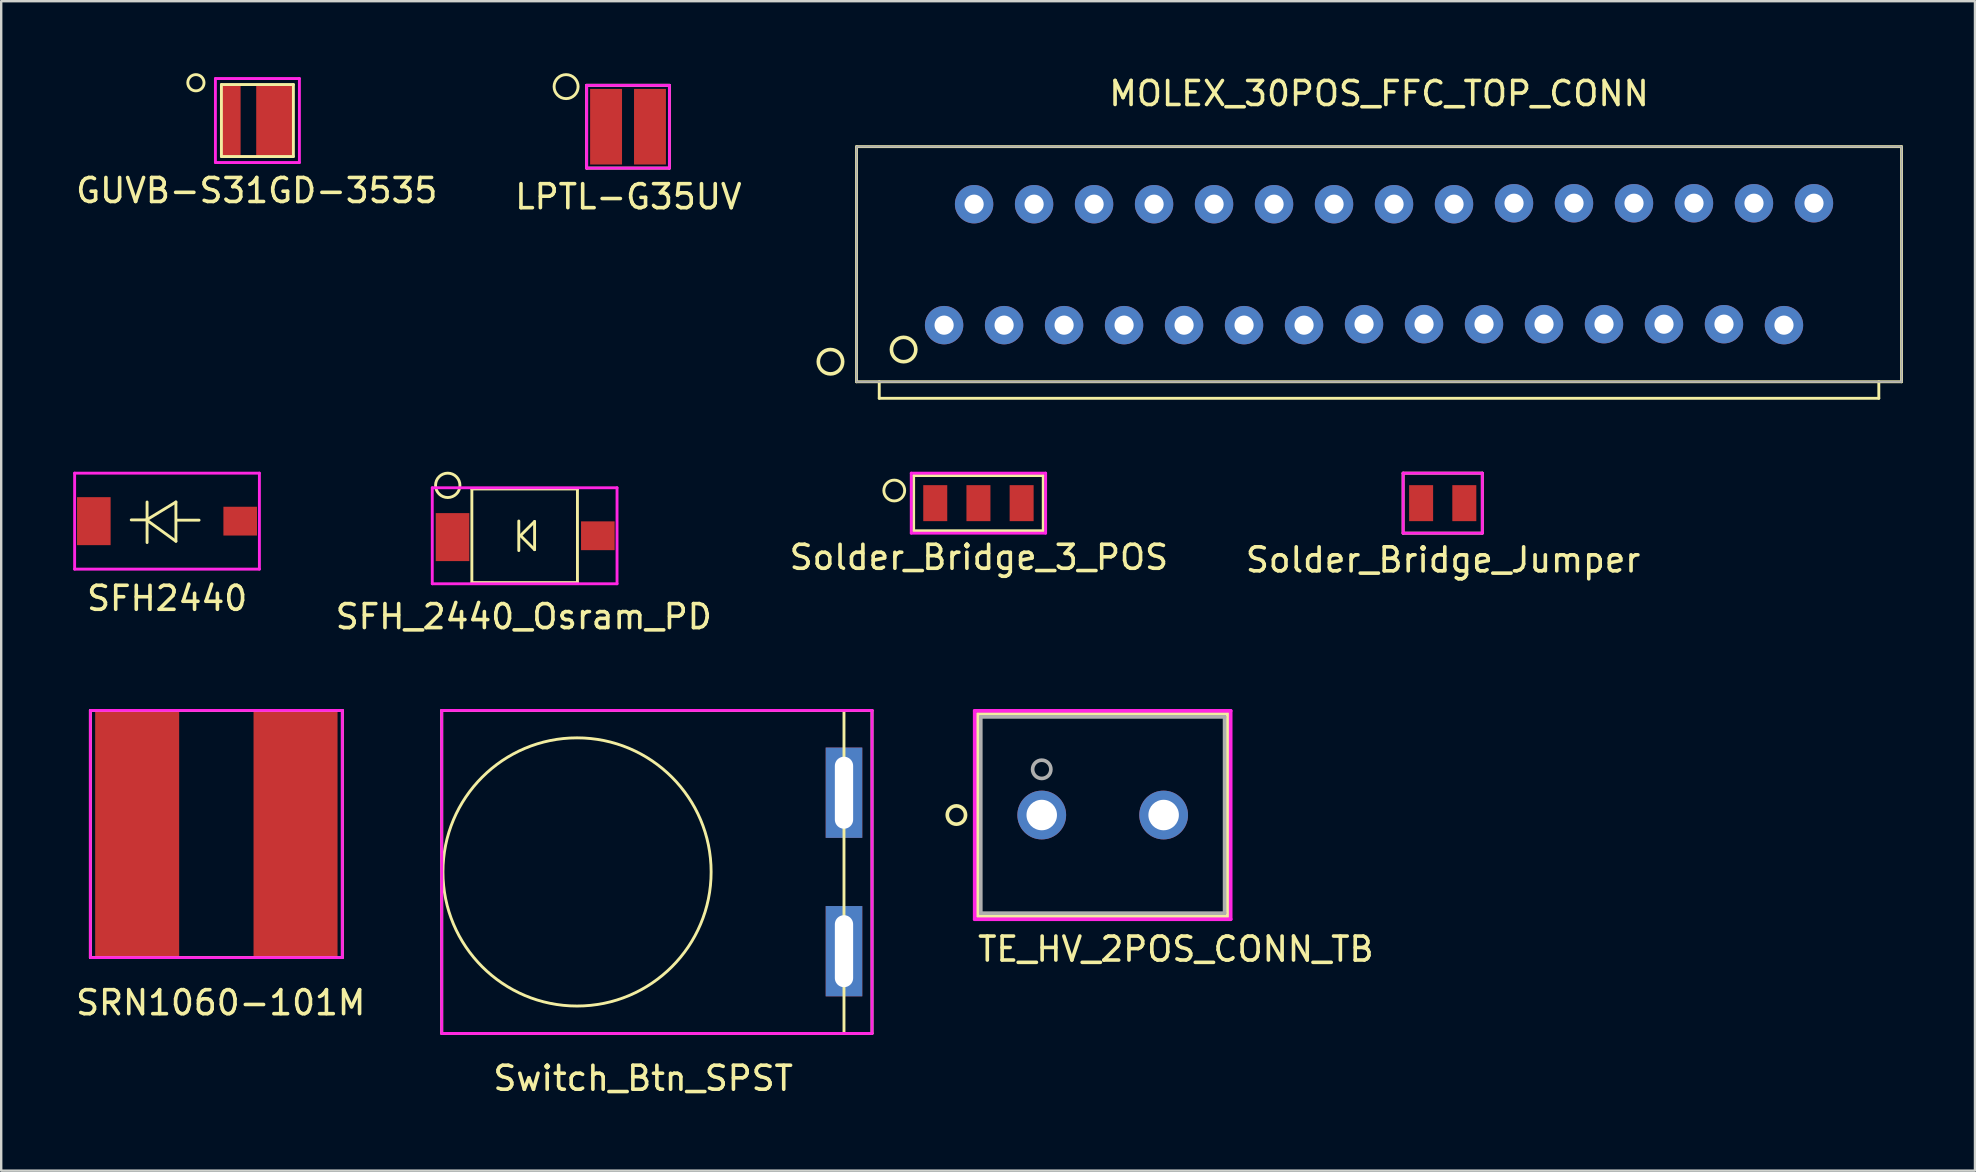
<source format=kicad_pcb>
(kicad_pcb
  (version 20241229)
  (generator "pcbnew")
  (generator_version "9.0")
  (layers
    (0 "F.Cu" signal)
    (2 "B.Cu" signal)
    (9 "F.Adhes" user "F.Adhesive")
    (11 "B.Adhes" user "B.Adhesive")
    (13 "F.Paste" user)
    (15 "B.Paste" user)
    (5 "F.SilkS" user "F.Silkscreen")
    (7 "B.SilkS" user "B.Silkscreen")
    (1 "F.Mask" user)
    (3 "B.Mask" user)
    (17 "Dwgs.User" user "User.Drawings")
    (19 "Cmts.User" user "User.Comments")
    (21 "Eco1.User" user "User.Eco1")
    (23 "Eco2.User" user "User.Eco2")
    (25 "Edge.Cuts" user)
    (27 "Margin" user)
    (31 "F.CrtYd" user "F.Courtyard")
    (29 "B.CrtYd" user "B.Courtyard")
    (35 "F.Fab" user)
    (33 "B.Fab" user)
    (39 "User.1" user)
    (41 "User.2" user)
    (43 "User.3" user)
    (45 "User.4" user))
  (footprint "Switch_Btn_SPST"
    (layer "F.Cu")
    (at 23.74 33.287)
    (property "Reference" "Switch_Btn_SPST" (at 0.013 8.6 0) (layer "F.SilkS") (effects (font (size 1 1) (thickness 0.15))))
    (attr through_hole)
    (fp_line (start -8.382 -6.731) (end -8.382 6.731) (stroke (width 0.12) (type solid)) (layer "F.SilkS"))
    (fp_line (start -8.382 -6.731) (end 9.55 -6.731) (stroke (width 0.12) (type solid)) (layer "F.SilkS"))
    (fp_line (start -8.382 6.731) (end 9.55 6.731) (stroke (width 0.12) (type solid)) (layer "F.SilkS"))
    (fp_line (start 8.382 -6.731) (end 8.382 6.731) (stroke (width 0.12) (type solid)) (layer "F.SilkS"))
    (fp_line (start 9.55 -6.731) (end 9.55 6.731) (stroke (width 0.12) (type solid)) (layer "F.SilkS"))
    (fp_circle (center -2.743 0) (end 2.845 0) (stroke (width 0.12) (type solid)) (fill no) (layer "F.SilkS"))
    (fp_line (start -8.382 -6.731) (end -8.382 6.731) (stroke (width 0.12) (type solid)) (layer "F.CrtYd"))
    (fp_line (start -8.382 -6.731) (end 9.55 -6.731) (stroke (width 0.12) (type solid)) (layer "F.CrtYd"))
    (fp_line (start -8.382 6.731) (end 9.55 6.731) (stroke (width 0.12) (type solid)) (layer "F.CrtYd"))
    (fp_line (start 9.55 -6.731) (end 9.55 6.731) (stroke (width 0.12) (type solid)) (layer "F.CrtYd"))
    (pad "1" thru_hole rect (at 8.382 -3.302) (size 1.524 3.762) (drill oval 0.762 3) (layers "*.Cu" "*.Mask"))
    (pad "2" thru_hole rect (at 8.382 3.302) (size 1.524 3.762) (drill oval 0.762 3) (layers "*.Cu" "*.Mask")))
  (footprint "LPTL-G35UV"
    (layer "F.Cu")
    (at 23.122 2.231)
    (property "Reference" "LPTL-G35UV" (at 0.015 2.918 0) (layer "F.SilkS") (effects (font (size 1 1) (thickness 0.15))))
    (attr through_hole)
    (fp_line (start -1.725 1.725) (end -1.725 -1.725) (stroke (width 0.12) (type solid)) (layer "F.SilkS"))
    (fp_line (start -1.725 1.725) (end 1.725 1.725) (stroke (width 0.12) (type solid)) (layer "F.SilkS"))
    (fp_line (start 1.725 -1.725) (end -1.725 -1.725) (stroke (width 0.12) (type solid)) (layer "F.SilkS"))
    (fp_line (start 1.725 -1.725) (end 1.725 1.725) (stroke (width 0.12) (type solid)) (layer "F.SilkS"))
    (fp_circle (center -2.581 -1.671) (end -2.081 -1.671) (stroke (width 0.12) (type solid)) (fill no) (layer "F.SilkS"))
    (fp_line (start -1.725 -1.725) (end -1.725 1.725) (stroke (width 0.12) (type solid)) (layer "F.CrtYd"))
    (fp_line (start -1.725 -1.725) (end 1.725 -1.725) (stroke (width 0.12) (type solid)) (layer "F.CrtYd"))
    (fp_line (start -1.725 1.725) (end 1.725 1.725) (stroke (width 0.12) (type solid)) (layer "F.CrtYd"))
    (fp_line (start 1.725 -1.725) (end 1.725 1.725) (stroke (width 0.12) (type solid)) (layer "F.CrtYd"))
    (pad "1" smd rect (at -0.915 0) (size 1.33 3.15) (layers "F.Cu" "F.Mask" "F.Paste"))
    (pad "2" smd rect (at 0.915 0) (size 1.33 3.15) (layers "F.Cu" "F.Mask" "F.Paste")))
  (footprint "TE_HV_2POS_CONN_TB"
    (layer "F.Cu")
    (at 40.363 30.915)
    (property "Reference" "TE_HV_2POS_CONN_TB" (at 5.588 5.588 0) (layer "F.SilkS") (effects (font (size 1 1) (thickness 0.15))))
    (attr through_hole)
    (fp_line (start -2.667 -4.216) (end -2.667 4.216) (stroke (width 0.152) (type solid)) (layer "F.SilkS"))
    (fp_line (start -2.667 4.216) (end 7.747 4.216) (stroke (width 0.152) (type solid)) (layer "F.SilkS"))
    (fp_line (start 7.747 -4.216) (end -2.667 -4.216) (stroke (width 0.152) (type solid)) (layer "F.SilkS"))
    (fp_line (start 7.747 4.216) (end 7.747 -4.216) (stroke (width 0.152) (type solid)) (layer "F.SilkS"))
    (fp_circle (center -3.556 0) (end -3.175 0) (stroke (width 0.152) (type solid)) (fill no) (layer "F.SilkS"))
    (fp_line (start -2.794 -4.343) (end -2.794 4.343) (stroke (width 0.152) (type solid)) (layer "F.CrtYd"))
    (fp_line (start -2.794 4.343) (end 7.874 4.343) (stroke (width 0.152) (type solid)) (layer "F.CrtYd"))
    (fp_line (start 7.874 -4.343) (end -2.794 -4.343) (stroke (width 0.152) (type solid)) (layer "F.CrtYd"))
    (fp_line (start 7.874 4.343) (end 7.874 -4.343) (stroke (width 0.152) (type solid)) (layer "F.CrtYd"))
    (fp_line (start -2.54 -4.089) (end -2.54 4.089) (stroke (width 0.152) (type solid)) (layer "F.Fab"))
    (fp_line (start -2.54 4.089) (end 7.62 4.089) (stroke (width 0.152) (type solid)) (layer "F.Fab"))
    (fp_line (start 7.62 -4.089) (end -2.54 -4.089) (stroke (width 0.152) (type solid)) (layer "F.Fab"))
    (fp_line (start 7.62 4.089) (end 7.62 -4.089) (stroke (width 0.152) (type solid)) (layer "F.Fab"))
    (fp_circle (center 0 -1.905) (end 0.381 -1.905) (stroke (width 0.152) (type solid)) (fill no) (layer "F.Fab"))
    (fp_text user "Copyright 2016 Accelerated Designs. All rights reserved." (at 0 0 0) (layer "Cmts.User") (effects (font (size 0.127 0.127) (thickness 0.002))))
    (fp_text user "*" (at 0 0 0) (layer "F.Fab") (effects (font (size 1 1) (thickness 0.15))))
    (pad "1" thru_hole circle (at 0 0) (size 2.032 2.032) (drill 1.27) (layers "*.Cu" "*.Mask"))
    (pad "2" thru_hole circle (at 5.08 0) (size 2.032 2.032) (drill 1.27) (layers "*.Cu" "*.Mask")))
  (footprint "SFH2440"
    (layer "F.Cu")
    (at 3.91 18.668)
    (property "Reference" "SFH2440" (at 0.005 3.218 0) (layer "F.SilkS") (effects (font (size 1 1) (thickness 0.15))))
    (attr through_hole)
    (fp_line (start -0.853 -0.051) (end -1.491 -0.051) (stroke (width 0.12) (type solid)) (layer "F.SilkS"))
    (fp_line (start -0.853 -0.051) (end 0.371 0.838) (stroke (width 0.12) (type solid)) (layer "F.SilkS"))
    (fp_line (start -0.831 0.892) (end -0.831 -0.798) (stroke (width 0.12) (type solid)) (layer "F.SilkS"))
    (fp_line (start 0.371 -0.798) (end -0.853 -0.051) (stroke (width 0.12) (type solid)) (layer "F.SilkS"))
    (fp_line (start 0.371 0.838) (end 0.371 -0.798) (stroke (width 0.12) (type solid)) (layer "F.SilkS"))
    (fp_line (start 0.394 -0.041) (end 1.336 -0.041) (stroke (width 0.12) (type solid)) (layer "F.SilkS"))
    (fp_line (start -3.85 -2) (end 3.85 -2) (stroke (width 0.12) (type solid)) (layer "F.CrtYd"))
    (fp_line (start -3.85 2) (end -3.85 -2) (stroke (width 0.12) (type solid)) (layer "F.CrtYd"))
    (fp_line (start -3.85 2) (end 3.85 2) (stroke (width 0.12) (type solid)) (layer "F.CrtYd"))
    (fp_line (start 3.85 -2) (end 3.85 2) (stroke (width 0.12) (type solid)) (layer "F.CrtYd"))
    (pad "1" smd rect (at -3.05 0) (size 1.4 2) (layers "F.Cu" "F.Mask" "F.Paste"))
    (pad "2" smd rect (at 3.05 0) (size 1.4 1.2) (layers "F.Cu" "F.Mask" "F.Paste")))
  (footprint "Solder_Bridge_Jumper"
    (layer "F.Cu")
    (at 57.073 17.918)
    (property "Reference" "Solder_Bridge_Jumper" (at 0.015 2.365 0) (layer "F.SilkS") (effects (font (size 1 1) (thickness 0.15))))
    (attr through_hole)
    (fp_line (start -1.65 -1.25) (end -1.65 1.25) (stroke (width 0.12) (type solid)) (layer "F.SilkS"))
    (fp_line (start -1.65 1.25) (end 1.65 1.25) (stroke (width 0.12) (type solid)) (layer "F.SilkS"))
    (fp_line (start 1.65 -1.25) (end -1.65 -1.25) (stroke (width 0.12) (type solid)) (layer "F.SilkS"))
    (fp_line (start 1.65 1.25) (end 1.65 -1.25) (stroke (width 0.12) (type solid)) (layer "F.SilkS"))
    (fp_line (start -1.65 -1.25) (end -1.65 1.25) (stroke (width 0.12) (type solid)) (layer "F.CrtYd"))
    (fp_line (start -1.65 -1.25) (end 1.65 -1.25) (stroke (width 0.12) (type solid)) (layer "F.CrtYd"))
    (fp_line (start 1.65 -1.25) (end 1.65 1.25) (stroke (width 0.12) (type solid)) (layer "F.CrtYd"))
    (fp_line (start 1.65 1.25) (end -1.65 1.25) (stroke (width 0.12) (type solid)) (layer "F.CrtYd"))
    (pad "1" smd rect (at -0.9 0) (size 1 1.5) (layers "F.Cu" "F.Mask" "F.Paste"))
    (pad "2" smd rect (at 0.9 0) (size 1 1.5) (layers "F.Cu" "F.Mask" "F.Paste")))
  (footprint "SRN1060-101M"
    (layer "F.Cu")
    (at 5.966 31.706)
    (property "Reference" "SRN1060-101M" (at 0.183 7.031 0) (layer "F.SilkS") (effects (font (size 1 1) (thickness 0.15))))
    (attr through_hole)
    (fp_line (start -5.25 -5.15) (end -5.25 5.15) (stroke (width 0.12) (type solid)) (layer "F.SilkS"))
    (fp_line (start -5.25 5.15) (end 5.25 5.15) (stroke (width 0.12) (type solid)) (layer "F.SilkS"))
    (fp_line (start 5.25 -5.15) (end -5.25 -5.15) (stroke (width 0.12) (type solid)) (layer "F.SilkS"))
    (fp_line (start 5.25 5.15) (end 5.25 -5.15) (stroke (width 0.12) (type solid)) (layer "F.SilkS"))
    (fp_line (start -5.25 -5.15) (end -5.25 5.15) (stroke (width 0.12) (type solid)) (layer "F.CrtYd"))
    (fp_line (start -5.25 -5.15) (end 5.25 -5.15) (stroke (width 0.12) (type solid)) (layer "F.CrtYd"))
    (fp_line (start -5.25 5.15) (end 5.25 5.15) (stroke (width 0.12) (type solid)) (layer "F.CrtYd"))
    (fp_line (start 5.25 -5.15) (end 5.25 5.15) (stroke (width 0.12) (type solid)) (layer "F.CrtYd"))
    (pad "1" smd rect (at -3.3 0) (size 3.5 10.2) (layers "F.Cu" "F.Mask" "F.Paste"))
    (pad "2" smd rect (at 3.3 0) (size 3.5 10.2) (layers "F.Cu" "F.Mask" "F.Paste")))
  (footprint "GUVB-S31GD-3535"
    (layer "F.Cu")
    (at 7.677 1.973)
    (property "Reference" "GUVB-S31GD-3535" (at -0.028 2.918 0) (layer "F.SilkS") (effects (font (size 1 1) (thickness 0.15))))
    (attr through_hole)
    (fp_line (start -1.5 -1.5) (end -1.5 1.5) (stroke (width 0.12) (type solid)) (layer "F.SilkS"))
    (fp_line (start -1.5 1.5) (end 1.5 1.5) (stroke (width 0.12) (type solid)) (layer "F.SilkS"))
    (fp_line (start 1.5 -1.5) (end -1.5 -1.5) (stroke (width 0.12) (type solid)) (layer "F.SilkS"))
    (fp_line (start 1.5 1.5) (end 1.5 -1.5) (stroke (width 0.12) (type solid)) (layer "F.SilkS"))
    (fp_circle (center -2.563 -1.575) (end -2.311 -1.349) (stroke (width 0.12) (type solid)) (fill no) (layer "F.SilkS"))
    (fp_line (start -1.75 -1.75) (end 1.75 -1.75) (stroke (width 0.12) (type solid)) (layer "F.CrtYd"))
    (fp_line (start -1.75 1.75) (end -1.75 -1.75) (stroke (width 0.12) (type solid)) (layer "F.CrtYd"))
    (fp_line (start 1.75 -1.75) (end 1.75 1.75) (stroke (width 0.12) (type solid)) (layer "F.CrtYd"))
    (fp_line (start 1.75 1.75) (end -1.75 1.75) (stroke (width 0.12) (type solid)) (layer "F.CrtYd"))
    (pad "1" smd rect (at -1.1 0) (size 0.8 3) (layers "F.Cu" "F.Mask" "F.Paste"))
    (pad "2" smd rect (at 0.7 0) (size 1.5 3) (layers "F.Cu" "F.Mask" "F.Paste")))
  (footprint "Solder_Bridge_3_POS"
    (layer "F.Cu")
    (at 37.725 17.918)
    (property "Reference" "Solder_Bridge_3_POS" (at 0.018 2.258 0) (layer "F.SilkS") (effects (font (size 1 1) (thickness 0.15))))
    (attr through_hole)
    (fp_line (start -2.7 -1.15) (end 2.7 -1.15) (stroke (width 0.12) (type solid)) (layer "F.SilkS"))
    (fp_line (start -2.7 1.15) (end -2.7 -1.15) (stroke (width 0.12) (type solid)) (layer "F.SilkS"))
    (fp_line (start 2.7 -1.15) (end 2.7 1.15) (stroke (width 0.12) (type solid)) (layer "F.SilkS"))
    (fp_line (start 2.7 1.15) (end -2.7 1.15) (stroke (width 0.12) (type solid)) (layer "F.SilkS"))
    (fp_circle (center -3.508 -0.526) (end -3.792 -0.198) (stroke (width 0.12) (type solid)) (fill no) (layer "F.SilkS"))
    (fp_line (start -2.8 -1.25) (end 2.8 -1.25) (stroke (width 0.12) (type solid)) (layer "F.CrtYd"))
    (fp_line (start -2.8 1.25) (end -2.8 -1.25) (stroke (width 0.12) (type solid)) (layer "F.CrtYd"))
    (fp_line (start 2.8 -1.25) (end 2.8 1.25) (stroke (width 0.12) (type solid)) (layer "F.CrtYd"))
    (fp_line (start 2.8 1.25) (end -2.8 1.25) (stroke (width 0.12) (type solid)) (layer "F.CrtYd"))
    (pad "1" smd rect (at -1.8 0) (size 1 1.5) (layers "F.Cu" "F.Mask" "F.Paste"))
    (pad "2" smd rect (at 0 0) (size 1 1.5) (layers "F.Cu" "F.Mask" "F.Paste"))
    (pad "3" smd rect (at 1.8 0) (size 1 1.5) (layers "F.Cu" "F.Mask" "F.Paste")))
  (footprint "SFH_2440_Osram_PD"
    (layer "F.Cu")
    (at 18.814 19.277)
    (property "Reference" "SFH_2440_Osram_PD" (at -0.036 3.371 0) (layer "F.SilkS") (effects (font (size 1 1) (thickness 0.15))))
    (attr through_hole)
    (fp_line (start -2.2 -1.95) (end 2.2 -1.95) (stroke (width 0.12) (type solid)) (layer "F.SilkS"))
    (fp_line (start -2.2 1.95) (end -2.2 -1.95) (stroke (width 0.12) (type solid)) (layer "F.SilkS"))
    (fp_line (start -0.244 -0.615) (end -0.244 0.617) (stroke (width 0.12) (type solid)) (layer "F.SilkS"))
    (fp_line (start -0.18 0) (end 0.414 -0.594) (stroke (width 0.12) (type solid)) (layer "F.SilkS"))
    (fp_line (start 0.414 -0.594) (end 0.414 0.579) (stroke (width 0.12) (type solid)) (layer "F.SilkS"))
    (fp_line (start 0.414 0.579) (end -0.175 -0.01) (stroke (width 0.12) (type solid)) (layer "F.SilkS"))
    (fp_line (start 2.2 -1.95) (end 2.2 1.95) (stroke (width 0.12) (type solid)) (layer "F.SilkS"))
    (fp_line (start 2.2 1.95) (end -2.2 1.95) (stroke (width 0.12) (type solid)) (layer "F.SilkS"))
    (fp_circle (center -3.205 -2.101) (end -2.901 -1.694) (stroke (width 0.12) (type solid)) (fill no) (layer "F.SilkS"))
    (fp_line (start -3.85 -2) (end 3.85 -2) (stroke (width 0.12) (type solid)) (layer "F.CrtYd"))
    (fp_line (start -3.85 2) (end -3.85 -2) (stroke (width 0.12) (type solid)) (layer "F.CrtYd"))
    (fp_line (start 3.85 -2) (end 3.85 2) (stroke (width 0.12) (type solid)) (layer "F.CrtYd"))
    (fp_line (start 3.85 2) (end -3.85 2) (stroke (width 0.12) (type solid)) (layer "F.CrtYd"))
    (pad "1" smd rect (at -3.005 0.056) (size 1.4 2) (layers "F.Cu" "F.Mask" "F.Paste"))
    (pad "2" smd rect (at 3.05 0) (size 1.4 1.2) (layers "F.Cu" "F.Mask" "F.Paste")))
  (footprint "MOLEX_30POS_FFC_TOP_CONN"
    (layer "F.Cu")
    (at 54.419 7.96)
    (property "Reference" "MOLEX_30POS_FFC_TOP_CONN" (at 0 -7.112 0) (layer "F.SilkS") (effects (font (size 1 1) (thickness 0.15))))
    (attr through_hole)
    (fp_line (start -21.775 -4.9) (end -21.775 4.9) (stroke (width 0.12) (type solid)) (layer "F.SilkS"))
    (fp_line (start -21.775 4.9) (end 21.775 4.9) (stroke (width 0.12) (type solid)) (layer "F.SilkS"))
    (fp_line (start -20.828 4.9) (end -20.828 5.588) (stroke (width 0.12) (type solid)) (layer "F.SilkS"))
    (fp_line (start -20.828 5.588) (end 20.828 5.588) (stroke (width 0.12) (type solid)) (layer "F.SilkS"))
    (fp_line (start 20.828 5.588) (end 20.828 4.9) (stroke (width 0.12) (type solid)) (layer "F.SilkS"))
    (fp_line (start 21.775 -4.9) (end -21.775 -4.9) (stroke (width 0.12) (type solid)) (layer "F.SilkS"))
    (fp_line (start 21.775 -4.9) (end 21.775 4.9) (stroke (width 0.12) (type solid)) (layer "F.SilkS"))
    (fp_circle (center -22.86 4.064) (end -22.352 4.064) (stroke (width 0.15) (type solid)) (fill no) (layer "F.SilkS"))
    (fp_circle (center -19.812 3.556) (end -19.304 3.556) (stroke (width 0.15) (type solid)) (fill no) (layer "F.SilkS"))
    (fp_line (start -21.775 -4.9) (end -21.775 4.9) (stroke (width 0.08) (type solid)) (layer "F.Fab"))
    (fp_line (start -21.775 -4.9) (end 21.775 -4.9) (stroke (width 0.08) (type solid)) (layer "F.Fab"))
    (fp_line (start -21.775 4.9) (end 21.775 4.9) (stroke (width 0.08) (type solid)) (layer "F.Fab"))
    (fp_line (start 21.775 -4.9) (end 21.775 4.9) (stroke (width 0.08) (type solid)) (layer "F.Fab"))
    (pad "1" thru_hole circle (at -18.125 2.54) (size 1.6 1.6) (drill 0.8) (layers "*.Cu" "*.Mask"))
    (pad "2" thru_hole circle (at -16.875 -2.5) (size 1.6 1.6) (drill 0.8) (layers "*.Cu" "*.Mask"))
    (pad "3" thru_hole circle (at -15.625 2.54) (size 1.6 1.6) (drill 0.8) (layers "*.Cu" "*.Mask"))
    (pad "4" thru_hole circle (at -14.375 -2.5) (size 1.6 1.6) (drill 0.8) (layers "*.Cu" "*.Mask"))
    (pad "5" thru_hole circle (at -13.125 2.54) (size 1.6 1.6) (drill 0.8) (layers "*.Cu" "*.Mask"))
    (pad "6" thru_hole circle (at -11.875 -2.5) (size 1.6 1.6) (drill 0.8) (layers "*.Cu" "*.Mask"))
    (pad "7" thru_hole circle (at -10.625 2.54) (size 1.6 1.6) (drill 0.8) (layers "*.Cu" "*.Mask"))
    (pad "8" thru_hole circle (at -9.375 -2.5) (size 1.6 1.6) (drill 0.8) (layers "*.Cu" "*.Mask"))
    (pad "9" thru_hole circle (at -8.125 2.54) (size 1.6 1.6) (drill 0.8) (layers "*.Cu" "*.Mask"))
    (pad "10" thru_hole circle (at -6.875 -2.5) (size 1.6 1.6) (drill 0.8) (layers "*.Cu" "*.Mask"))
    (pad "11" thru_hole circle (at -5.625 2.54) (size 1.6 1.6) (drill 0.8) (layers "*.Cu" "*.Mask"))
    (pad "12" thru_hole circle (at -4.375 -2.5) (size 1.6 1.6) (drill 0.8) (layers "*.Cu" "*.Mask"))
    (pad "13" thru_hole circle (at -3.125 2.54) (size 1.6 1.6) (drill 0.8) (layers "*.Cu" "*.Mask"))
    (pad "14" thru_hole circle (at -1.875 -2.5) (size 1.6 1.6) (drill 0.8) (layers "*.Cu" "*.Mask"))
    (pad "15" thru_hole circle (at -0.625 2.5) (size 1.6 1.6) (drill 0.8) (layers "*.Cu" "*.Mask"))
    (pad "16" thru_hole circle (at 0.625 -2.5) (size 1.6 1.6) (drill 0.8) (layers "*.Cu" "*.Mask"))
    (pad "17" thru_hole circle (at 1.875 2.5) (size 1.6 1.6) (drill 0.8) (layers "*.Cu" "*.Mask"))
    (pad "18" thru_hole circle (at 3.125 -2.5) (size 1.6 1.6) (drill 0.8) (layers "*.Cu" "*.Mask"))
    (pad "19" thru_hole circle (at 4.375 2.5) (size 1.6 1.6) (drill 0.8) (layers "*.Cu" "*.Mask"))
    (pad "20" thru_hole circle (at 5.625 -2.54) (size 1.6 1.6) (drill 0.8) (layers "*.Cu" "*.Mask"))
    (pad "21" thru_hole circle (at 6.875 2.5) (size 1.6 1.6) (drill 0.8) (layers "*.Cu" "*.Mask"))
    (pad "22" thru_hole circle (at 8.125 -2.54) (size 1.6 1.6) (drill 0.8) (layers "*.Cu" "*.Mask"))
    (pad "23" thru_hole circle (at 9.375 2.5) (size 1.6 1.6) (drill 0.8) (layers "*.Cu" "*.Mask"))
    (pad "24" thru_hole circle (at 10.625 -2.54) (size 1.6 1.6) (drill 0.8) (layers "*.Cu" "*.Mask"))
    (pad "25" thru_hole circle (at 11.875 2.5) (size 1.6 1.6) (drill 0.8) (layers "*.Cu" "*.Mask"))
    (pad "26" thru_hole circle (at 13.125 -2.54) (size 1.6 1.6) (drill 0.8) (layers "*.Cu" "*.Mask"))
    (pad "27" thru_hole circle (at 14.375 2.5) (size 1.6 1.6) (drill 0.8) (layers "*.Cu" "*.Mask"))
    (pad "28" thru_hole circle (at 15.625 -2.54) (size 1.6 1.6) (drill 0.8) (layers "*.Cu" "*.Mask"))
    (pad "29" thru_hole circle (at 16.875 2.54) (size 1.6 1.6) (drill 0.8) (layers "*.Cu" "*.Mask"))
    (pad "30" thru_hole circle (at 18.125 -2.54) (size 1.6 1.6) (drill 0.8) (layers "*.Cu" "*.Mask")))
  (gr_rect
    (start -3 -3)
    (end 79.254 45.735)
    (stroke (width 0.1) (type default))
    (fill no)
    (layer "Edge.Cuts")))
</source>
